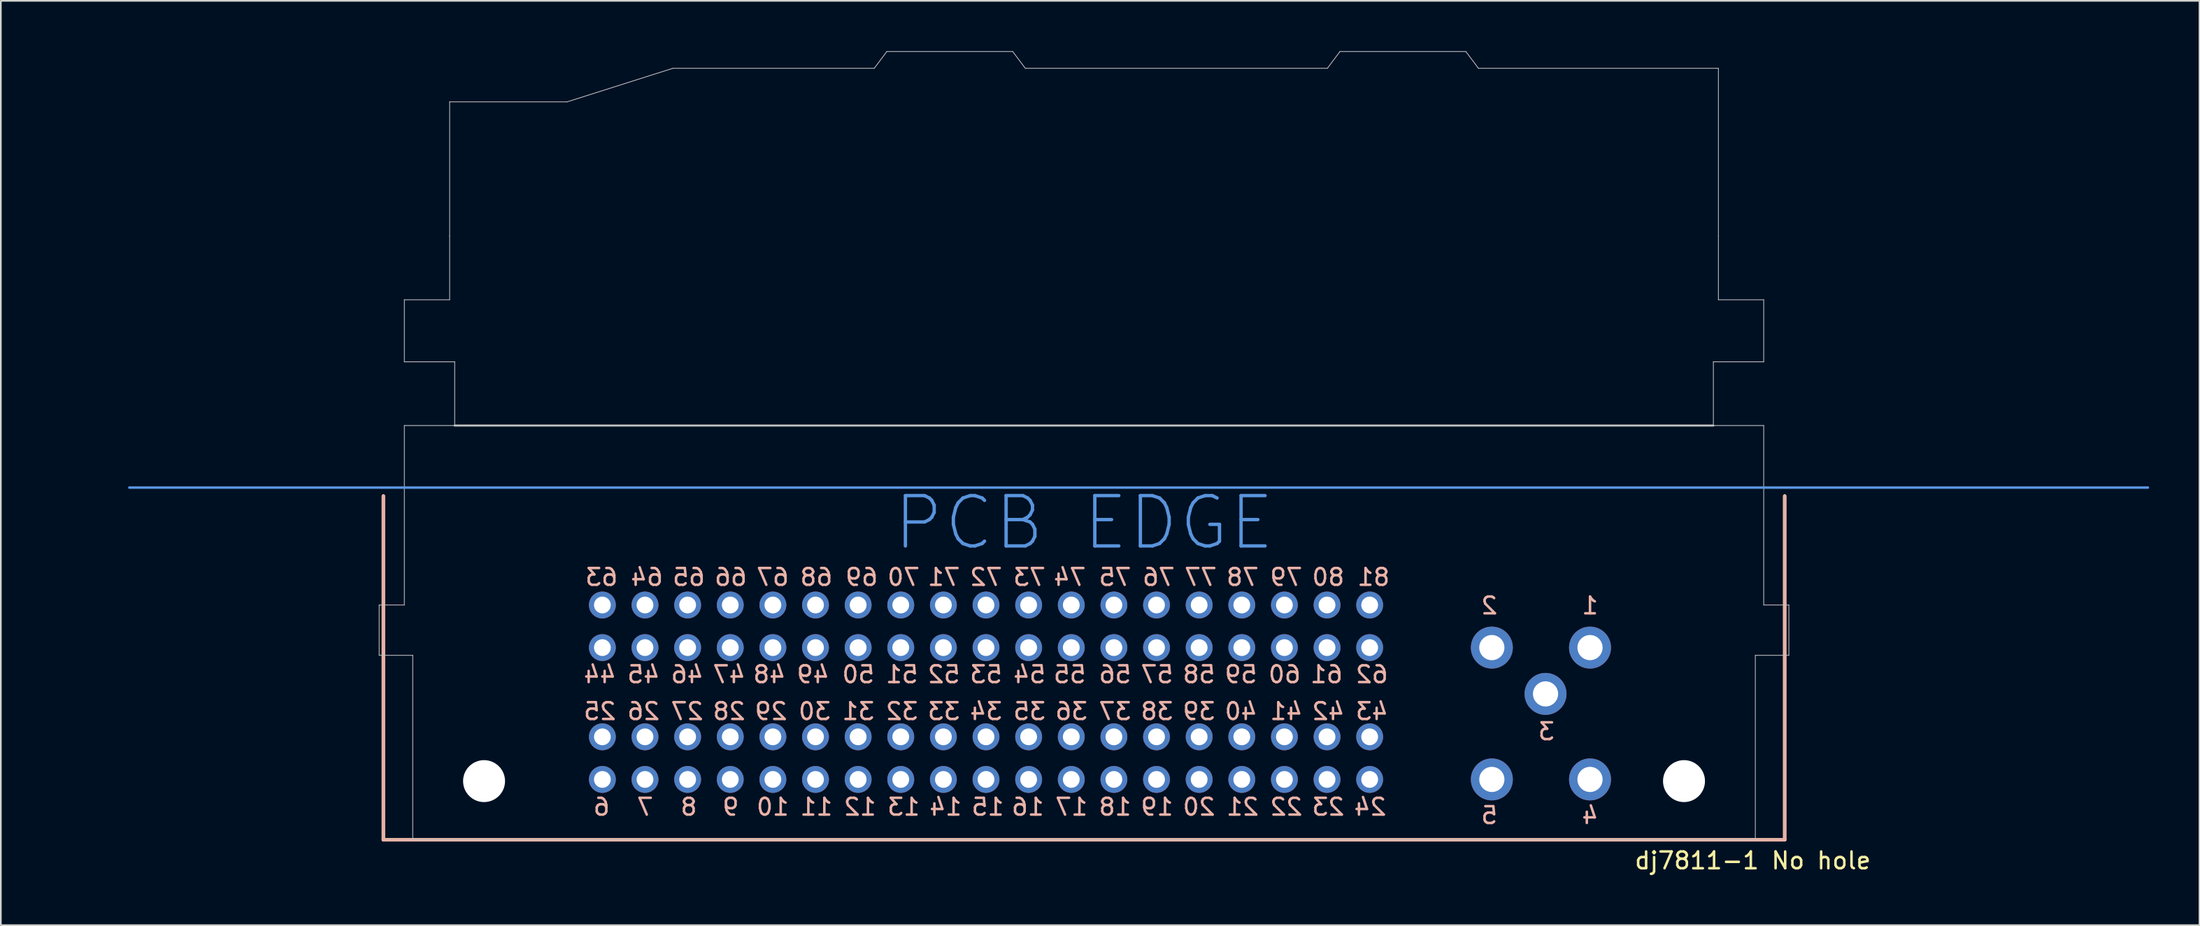
<source format=kicad_pcb>
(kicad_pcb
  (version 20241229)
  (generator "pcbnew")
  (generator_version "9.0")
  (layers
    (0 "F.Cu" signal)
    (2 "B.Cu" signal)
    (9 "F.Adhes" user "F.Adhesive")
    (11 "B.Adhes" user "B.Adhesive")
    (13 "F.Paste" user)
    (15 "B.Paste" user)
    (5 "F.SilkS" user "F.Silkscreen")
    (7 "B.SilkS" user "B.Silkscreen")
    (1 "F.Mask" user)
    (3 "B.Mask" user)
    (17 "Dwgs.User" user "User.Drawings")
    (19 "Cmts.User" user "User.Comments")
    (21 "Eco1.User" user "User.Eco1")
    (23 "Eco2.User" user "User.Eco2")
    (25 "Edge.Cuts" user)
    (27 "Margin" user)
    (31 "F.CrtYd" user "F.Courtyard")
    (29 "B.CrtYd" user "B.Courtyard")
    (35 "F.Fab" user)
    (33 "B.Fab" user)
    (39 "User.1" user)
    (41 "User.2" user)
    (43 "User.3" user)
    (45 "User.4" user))
  (footprint "dj7811-1 No hole"
    (layer "F.Cu")
    (at 91.793 35.562)
    (property "Reference" "dj7811-1 No hole" (at 9.6 12.7 0) (unlocked yes) (layer "F.SilkS") (effects (font (size 1 1) (thickness 0.15))))
    (attr through_hole)
    (fp_line (start -72 -9.04) (end -72 11.46) (stroke (width 0.2) (type solid)) (layer "F.SilkS"))
    (fp_line (start -72 11.46) (end 11.5 11.46) (stroke (width 0.2) (type solid)) (layer "F.SilkS"))
    (fp_line (start 11.5 11.46) (end 11.5 -9.04) (stroke (width 0.2) (type solid)) (layer "F.SilkS"))
    (fp_line (start -72 11.46) (end -72 -9.04) (stroke (width 0.2) (type solid)) (layer "B.SilkS"))
    (fp_line (start 11.5 -9.04) (end 11.5 11.46) (stroke (width 0.2) (type solid)) (layer "B.SilkS"))
    (fp_line (start 11.5 11.46) (end -72 11.46) (stroke (width 0.2) (type solid)) (layer "B.SilkS"))
    (fp_line (start -72.25 -2.54) (end -72.25 0.46) (stroke (width 0.045) (type solid)) (layer "Dwgs.User"))
    (fp_line (start -72.25 0.46) (end -70.25 0.46) (stroke (width 0.045) (type solid)) (layer "Dwgs.User"))
    (fp_line (start -70.75 -20.74) (end -70.75 -17.04) (stroke (width 0.045) (type solid)) (layer "Dwgs.User"))
    (fp_line (start -70.75 -17.04) (end -67.75 -17.04) (stroke (width 0.045) (type solid)) (layer "Dwgs.User"))
    (fp_line (start -70.75 -13.24) (end -70.75 -2.54) (stroke (width 0.045) (type solid)) (layer "Dwgs.User"))
    (fp_line (start -70.75 -13.24) (end -67.75 -13.24) (stroke (width 0.045) (type solid)) (layer "Dwgs.User"))
    (fp_line (start -70.75 -2.54) (end -72.25 -2.54) (stroke (width 0.045) (type solid)) (layer "Dwgs.User"))
    (fp_line (start -70.25 0.46) (end -70.25 11.46) (stroke (width 0.045) (type solid)) (layer "Dwgs.User"))
    (fp_line (start -70.25 11.46) (end 9.75 11.46) (stroke (width 0.045) (type solid)) (layer "Dwgs.User"))
    (fp_line (start -68.05 -24.54) (end -68.05 -32.54) (stroke (width 0.045) (type solid)) (layer "Dwgs.User"))
    (fp_line (start -68.05 -20.74) (end -70.75 -20.74) (stroke (width 0.045) (type solid)) (layer "Dwgs.User"))
    (fp_line (start -68.05 -20.74) (end -68.05 -24.54) (stroke (width 0.045) (type solid)) (layer "Dwgs.User"))
    (fp_line (start -67.75 -13.24) (end -67.75 -17.04) (stroke (width 0.045) (type solid)) (layer "Dwgs.User"))
    (fp_line (start -61.05 -32.54) (end -68.05 -32.54) (stroke (width 0.045) (type solid)) (layer "Dwgs.User"))
    (fp_line (start -54.75 -34.54) (end -61.05 -32.54) (stroke (width 0.045) (type solid)) (layer "Dwgs.User"))
    (fp_line (start -42.75 -34.54) (end -54.75 -34.54) (stroke (width 0.045) (type solid)) (layer "Dwgs.User"))
    (fp_line (start -42.75 -34.54) (end -42 -35.54) (stroke (width 0.045) (type solid)) (layer "Dwgs.User"))
    (fp_line (start -42 -35.54) (end -34.5 -35.54) (stroke (width 0.045) (type solid)) (layer "Dwgs.User"))
    (fp_line (start -34.5 -35.54) (end -33.75 -34.54) (stroke (width 0.045) (type solid)) (layer "Dwgs.User"))
    (fp_line (start -15.75 -34.54) (end -33.75 -34.54) (stroke (width 0.045) (type solid)) (layer "Dwgs.User"))
    (fp_line (start -15.75 -34.54) (end -15 -35.54) (stroke (width 0.045) (type solid)) (layer "Dwgs.User"))
    (fp_line (start -15 -35.54) (end -7.5 -35.54) (stroke (width 0.045) (type solid)) (layer "Dwgs.User"))
    (fp_line (start -7.5 -35.54) (end -6.75 -34.54) (stroke (width 0.045) (type solid)) (layer "Dwgs.User"))
    (fp_line (start 7.25 -17.04) (end 10.25 -17.04) (stroke (width 0.045) (type solid)) (layer "Dwgs.User"))
    (fp_line (start 7.25 -13.24) (end -67.75 -13.24) (stroke (width 0.12) (type solid)) (layer "Dwgs.User"))
    (fp_line (start 7.25 -13.24) (end 7.25 -17.04) (stroke (width 0.045) (type solid)) (layer "Dwgs.User"))
    (fp_line (start 7.25 -13.24) (end 10.25 -13.24) (stroke (width 0.045) (type solid)) (layer "Dwgs.User"))
    (fp_line (start 7.55 -34.54) (end -6.75 -34.54) (stroke (width 0.045) (type solid)) (layer "Dwgs.User"))
    (fp_line (start 7.55 -34.54) (end 7.55 -24.54) (stroke (width 0.045) (type solid)) (layer "Dwgs.User"))
    (fp_line (start 7.55 -20.74) (end 7.55 -24.54) (stroke (width 0.045) (type solid)) (layer "Dwgs.User"))
    (fp_line (start 7.55 -20.74) (end 10.25 -20.74) (stroke (width 0.045) (type solid)) (layer "Dwgs.User"))
    (fp_line (start 9.75 11.46) (end 9.75 0.46) (stroke (width 0.045) (type solid)) (layer "Dwgs.User"))
    (fp_line (start 10.25 -17.04) (end 10.25 -20.74) (stroke (width 0.045) (type solid)) (layer "Dwgs.User"))
    (fp_line (start 10.25 -13.24) (end 10.25 -2.54) (stroke (width 0.045) (type solid)) (layer "Dwgs.User"))
    (fp_line (start 10.25 -2.54) (end 11.75 -2.54) (stroke (width 0.045) (type solid)) (layer "Dwgs.User"))
    (fp_line (start 11.75 -2.54) (end 11.75 0.46) (stroke (width 0.045) (type solid)) (layer "Dwgs.User"))
    (fp_line (start 11.75 0.46) (end 9.75 0.46) (stroke (width 0.045) (type solid)) (layer "Dwgs.User"))
    (fp_line (start -87.134 -9.54) (end 33.142 -9.54) (stroke (width 0.15) (type solid)) (layer "Cmts.User"))
    (fp_text user "5" (at -6.1 10 0) (unlocked yes) (layer "B.SilkS") (effects (font (size 1 1) (thickness 0.15)) (justify mirror)))
    (fp_text user "3" (at -2.7 5 0) (unlocked yes) (layer "B.SilkS") (effects (font (size 1 1) (thickness 0.15)) (justify mirror)))
    (fp_text user "77" (at -23.3 -4.2 0) (unlocked yes) (layer "B.SilkS") (effects (font (size 1 1) (thickness 0.15)) (justify mirror)))
    (fp_text user "44" (at -59.1 1.6 0) (unlocked yes) (layer "B.SilkS") (effects (font (size 1 1) (thickness 0.15)) (justify mirror)))
    (fp_text user "46" (at -53.9 1.6 0) (unlocked yes) (layer "B.SilkS") (effects (font (size 1 1) (thickness 0.15)) (justify mirror)))
    (fp_text user "16" (at -33.6 9.5 0) (unlocked yes) (layer "B.SilkS") (effects (font (size 1 1) (thickness 0.15)) (justify mirror)))
    (fp_text user "70" (at -41 -4.2 0) (unlocked yes) (layer "B.SilkS") (effects (font (size 1 1) (thickness 0.15)) (justify mirror)))
    (fp_text user "64" (at -56.3 -4.2 0) (unlocked yes) (layer "B.SilkS") (effects (font (size 1 1) (thickness 0.15)) (justify mirror)))
    (fp_text user "47" (at -51.4 1.6 0) (unlocked yes) (layer "B.SilkS") (effects (font (size 1 1) (thickness 0.15)) (justify mirror)))
    (fp_text user "20" (at -23.4 9.5 0) (unlocked yes) (layer "B.SilkS") (effects (font (size 1 1) (thickness 0.15)) (justify mirror)))
    (fp_text user "67" (at -48.8 -4.2 0) (unlocked yes) (layer "B.SilkS") (effects (font (size 1 1) (thickness 0.15)) (justify mirror)))
    (fp_text user "39" (at -23.4 3.8 0) (unlocked yes) (layer "B.SilkS") (effects (font (size 1 1) (thickness 0.15)) (justify mirror)))
    (fp_text user "60" (at -18.3 1.6 0) (unlocked yes) (layer "B.SilkS") (effects (font (size 1 1) (thickness 0.15)) (justify mirror)))
    (fp_text user "30" (at -46.3 3.8 0) (unlocked yes) (layer "B.SilkS") (effects (font (size 1 1) (thickness 0.15)) (justify mirror)))
    (fp_text user "24" (at -13.2 9.5 0) (unlocked yes) (layer "B.SilkS") (effects (font (size 1 1) (thickness 0.15)) (justify mirror)))
    (fp_text user "25" (at -59.1 3.8 0) (unlocked yes) (layer "B.SilkS") (effects (font (size 1 1) (thickness 0.15)) (justify mirror)))
    (fp_text user "48" (at -49 1.6 0) (unlocked yes) (layer "B.SilkS") (effects (font (size 1 1) (thickness 0.15)) (justify mirror)))
    (fp_text user "22" (at -18.2 9.5 0) (unlocked yes) (layer "B.SilkS") (effects (font (size 1 1) (thickness 0.15)) (justify mirror)))
    (fp_text user "40" (at -20.9 3.8 0) (unlocked yes) (layer "B.SilkS") (effects (font (size 1 1) (thickness 0.15)) (justify mirror)))
    (fp_text user "37" (at -28.4 3.8 0) (unlocked yes) (layer "B.SilkS") (effects (font (size 1 1) (thickness 0.15)) (justify mirror)))
    (fp_text user "53" (at -36.086 1.6 0) (unlocked yes) (layer "B.SilkS") (effects (font (size 1 1) (thickness 0.15)) (justify mirror)))
    (fp_text user "21" (at -20.8 9.5 0) (unlocked yes) (layer "B.SilkS") (effects (font (size 1 1) (thickness 0.15)) (justify mirror)))
    (fp_text user "65" (at -53.8 -4.2 0) (unlocked yes) (layer "B.SilkS") (effects (font (size 1 1) (thickness 0.15)) (justify mirror)))
    (fp_text user "56" (at -28.4 1.6 0) (unlocked yes) (layer "B.SilkS") (effects (font (size 1 1) (thickness 0.15)) (justify mirror)))
    (fp_text user "12" (at -43.6 9.5 0) (unlocked yes) (layer "B.SilkS") (effects (font (size 1 1) (thickness 0.15)) (justify mirror)))
    (fp_text user "31" (at -43.7 3.8 0) (unlocked yes) (layer "B.SilkS") (effects (font (size 1 1) (thickness 0.15)) (justify mirror)))
    (fp_text user "10" (at -48.8 9.5 0) (unlocked yes) (layer "B.SilkS") (effects (font (size 1 1) (thickness 0.15)) (justify mirror)))
    (fp_text user "38" (at -25.9 3.8 0) (unlocked yes) (layer "B.SilkS") (effects (font (size 1 1) (thickness 0.15)) (justify mirror)))
    (fp_text user "15" (at -35.986 9.5 0) (unlocked yes) (layer "B.SilkS") (effects (font (size 1 1) (thickness 0.15)) (justify mirror)))
    (fp_text user "54" (at -33.5 1.6 0) (unlocked yes) (layer "B.SilkS") (effects (font (size 1 1) (thickness 0.15)) (justify mirror)))
    (fp_text user "62" (at -13.1 1.6 0) (unlocked yes) (layer "B.SilkS") (effects (font (size 1 1) (thickness 0.15)) (justify mirror)))
    (fp_text user "28" (at -51.4 3.8 0) (unlocked yes) (layer "B.SilkS") (effects (font (size 1 1) (thickness 0.15)) (justify mirror)))
    (fp_text user "35" (at -33.5 3.8 0) (unlocked yes) (layer "B.SilkS") (effects (font (size 1 1) (thickness 0.15)) (justify mirror)))
    (fp_text user "52" (at -38.6 1.6 0) (unlocked yes) (layer "B.SilkS") (effects (font (size 1 1) (thickness 0.15)) (justify mirror)))
    (fp_text user "81" (at -13 -4.2 0) (unlocked yes) (layer "B.SilkS") (effects (font (size 1 1) (thickness 0.15)) (justify mirror)))
    (fp_text user "42" (at -15.7 3.8 0) (unlocked yes) (layer "B.SilkS") (effects (font (size 1 1) (thickness 0.15)) (justify mirror)))
    (fp_text user "61" (at -15.8 1.6 0) (unlocked yes) (layer "B.SilkS") (effects (font (size 1 1) (thickness 0.15)) (justify mirror)))
    (fp_text user "79" (at -18.2 -4.2 0) (unlocked yes) (layer "B.SilkS") (effects (font (size 1 1) (thickness 0.15)) (justify mirror)))
    (fp_text user "27" (at -53.9 3.8 0) (unlocked yes) (layer "B.SilkS") (effects (font (size 1 1) (thickness 0.15)) (justify mirror)))
    (fp_text user "75" (at -28.4 -4.2 0) (unlocked yes) (layer "B.SilkS") (effects (font (size 1 1) (thickness 0.15)) (justify mirror)))
    (fp_text user "57" (at -25.9 1.6 0) (unlocked yes) (layer "B.SilkS") (effects (font (size 1 1) (thickness 0.15)) (justify mirror)))
    (fp_text user "49" (at -46.4 1.6 0) (unlocked yes) (layer "B.SilkS") (effects (font (size 1 1) (thickness 0.15)) (justify mirror)))
    (fp_text user "23" (at -15.7 9.5 0) (unlocked yes) (layer "B.SilkS") (effects (font (size 1 1) (thickness 0.15)) (justify mirror)))
    (fp_text user "13" (at -41 9.5 0) (unlocked yes) (layer "B.SilkS") (effects (font (size 1 1) (thickness 0.15)) (justify mirror)))
    (fp_text user "11" (at -46.2 9.5 0) (unlocked yes) (layer "B.SilkS") (effects (font (size 1 1) (thickness 0.15)) (justify mirror)))
    (fp_text user "18" (at -28.4 9.5 0) (unlocked yes) (layer "B.SilkS") (effects (font (size 1 1) (thickness 0.15)) (justify mirror)))
    (fp_text user "4" (at -0.1 10 0) (unlocked yes) (layer "B.SilkS") (effects (font (size 1 1) (thickness 0.15)) (justify mirror)))
    (fp_text user "50" (at -43.7 1.6 0) (unlocked yes) (layer "B.SilkS") (effects (font (size 1 1) (thickness 0.15)) (justify mirror)))
    (fp_text user "29" (at -48.9 3.8 0) (unlocked yes) (layer "B.SilkS") (effects (font (size 1 1) (thickness 0.15)) (justify mirror)))
    (fp_text user "17" (at -31 9.5 0) (unlocked yes) (layer "B.SilkS") (effects (font (size 1 1) (thickness 0.15)) (justify mirror)))
    (fp_text user "6" (at -59 9.5 0) (unlocked yes) (layer "B.SilkS") (effects (font (size 1 1) (thickness 0.15)) (justify mirror)))
    (fp_text user "73" (at -33.5 -4.2 0) (unlocked yes) (layer "B.SilkS") (effects (font (size 1 1) (thickness 0.15)) (justify mirror)))
    (fp_text user "32" (at -41.1 3.8 0) (unlocked yes) (layer "B.SilkS") (effects (font (size 1 1) (thickness 0.15)) (justify mirror)))
    (fp_text user "74" (at -31.1 -4.2 0) (unlocked yes) (layer "B.SilkS") (effects (font (size 1 1) (thickness 0.15)) (justify mirror)))
    (fp_text user "59" (at -20.9 1.6 0) (unlocked yes) (layer "B.SilkS") (effects (font (size 1 1) (thickness 0.15)) (justify mirror)))
    (fp_text user "71" (at -38.6 -4.2 0) (unlocked yes) (layer "B.SilkS") (effects (font (size 1 1) (thickness 0.15)) (justify mirror)))
    (fp_text user "19" (at -25.9 9.5 0) (unlocked yes) (layer "B.SilkS") (effects (font (size 1 1) (thickness 0.15)) (justify mirror)))
    (fp_text user "9" (at -51.3 9.5 0) (unlocked yes) (layer "B.SilkS") (effects (font (size 1 1) (thickness 0.15)) (justify mirror)))
    (fp_text user "76" (at -25.8 -4.2 0) (unlocked yes) (layer "B.SilkS") (effects (font (size 1 1) (thickness 0.15)) (justify mirror)))
    (fp_text user "8" (at -53.8 9.5 0) (unlocked yes) (layer "B.SilkS") (effects (font (size 1 1) (thickness 0.15)) (justify mirror)))
    (fp_text user "1" (at -0.1 -2.5 0) (unlocked yes) (layer "B.SilkS") (effects (font (size 1 1) (thickness 0.15)) (justify mirror)))
    (fp_text user "80" (at -15.7 -4.2 0) (unlocked yes) (layer "B.SilkS") (effects (font (size 1 1) (thickness 0.15)) (justify mirror)))
    (fp_text user "14" (at -38.5 9.5 0) (unlocked yes) (layer "B.SilkS") (effects (font (size 1 1) (thickness 0.15)) (justify mirror)))
    (fp_text user "36" (at -31 3.8 0) (unlocked yes) (layer "B.SilkS") (effects (font (size 1 1) (thickness 0.15)) (justify mirror)))
    (fp_text user "33" (at -38.6 3.8 0) (unlocked yes) (layer "B.SilkS") (effects (font (size 1 1) (thickness 0.15)) (justify mirror)))
    (fp_text user "66" (at -51.3 -4.2 0) (unlocked yes) (layer "B.SilkS") (effects (font (size 1 1) (thickness 0.15)) (justify mirror)))
    (fp_text user "43" (at -13.1 3.8 0) (unlocked yes) (layer "B.SilkS") (effects (font (size 1 1) (thickness 0.15)) (justify mirror)))
    (fp_text user "58" (at -23.4 1.6 0) (unlocked yes) (layer "B.SilkS") (effects (font (size 1 1) (thickness 0.15)) (justify mirror)))
    (fp_text user "26" (at -56.5 3.8 0) (unlocked yes) (layer "B.SilkS") (effects (font (size 1 1) (thickness 0.15)) (justify mirror)))
    (fp_text user "78" (at -20.8 -4.2 0) (unlocked yes) (layer "B.SilkS") (effects (font (size 1 1) (thickness 0.15)) (justify mirror)))
    (fp_text user "51" (at -41.1 1.6 0) (unlocked yes) (layer "B.SilkS") (effects (font (size 1 1) (thickness 0.15)) (justify mirror)))
    (fp_text user "72" (at -36.086 -4.2 0) (unlocked yes) (layer "B.SilkS") (effects (font (size 1 1) (thickness 0.15)) (justify mirror)))
    (fp_text user "63" (at -59 -4.2 0) (unlocked yes) (layer "B.SilkS") (effects (font (size 1 1) (thickness 0.15)) (justify mirror)))
    (fp_text user "69" (at -43.5 -4.2 0) (unlocked yes) (layer "B.SilkS") (effects (font (size 1 1) (thickness 0.15)) (justify mirror)))
    (fp_text user "34" (at -36.086 3.8 0) (unlocked yes) (layer "B.SilkS") (effects (font (size 1 1) (thickness 0.15)) (justify mirror)))
    (fp_text user "7" (at -56.4 9.5 0) (unlocked yes) (layer "B.SilkS") (effects (font (size 1 1) (thickness 0.15)) (justify mirror)))
    (fp_text user "45" (at -56.5 1.6 0) (unlocked yes) (layer "B.SilkS") (effects (font (size 1 1) (thickness 0.15)) (justify mirror)))
    (fp_text user "68" (at -46.2 -4.2 0) (unlocked yes) (layer "B.SilkS") (effects (font (size 1 1) (thickness 0.15)) (justify mirror)))
    (fp_text user "2" (at -6.1 -2.5 0) (unlocked yes) (layer "B.SilkS") (effects (font (size 1 1) (thickness 0.15)) (justify mirror)))
    (fp_text user "41" (at -18.2 3.8 0) (unlocked yes) (layer "B.SilkS") (effects (font (size 1 1) (thickness 0.15)) (justify mirror)))
    (fp_text user "55" (at -31.1 1.6 0) (unlocked yes) (layer "B.SilkS") (effects (font (size 1 1) (thickness 0.15)) (justify mirror)))
    (fp_text user "А" (at -91.793 -11.623 180) (layer "Dwgs.User") (effects (font (size 0.001 0.001) (thickness 0.013)) (justify left top)))
    (fp_text user "2 группы" (at -91.793 -15.691 180) (layer "Dwgs.User") (effects (font (size 0.001 0.001) (thickness 0.013)) (justify left top)))
    (fp_text user "Б" (at 18.486 -15.373 180) (layer "Dwgs.User") (effects (font (size 0.001 0.001) (thickness 0.013)) (justify left top)))
    (fp_text user "PCB EDGE" (at -30.25 -7.44 0) (unlocked yes) (layer "Cmts.User") (effects (font (size 3 3) (thickness 0.2))))
    (pad "" np_thru_hole circle (at -66 7.96 180) (size 2.5 2.5) (drill 2.5) (layers "*.Cu" "*.Mask"))
    (pad "" np_thru_hole circle (at 5.5 7.96 180) (size 2.5 2.5) (drill 2.5) (layers "*.Cu" "*.Mask"))
    (pad "1" thru_hole circle (at -0.1 0 180) (size 2.5 2.5) (drill 1.5) (layers "*.Cu" "*.Mask"))
    (pad "2" thru_hole circle (at -5.95 0 180) (size 2.5 2.5) (drill 1.5) (layers "*.Cu" "*.Mask"))
    (pad "3" thru_hole circle (at -2.75 2.76 180) (size 2.5 2.5) (drill 1.5) (layers "*.Cu" "*.Mask"))
    (pad "4" thru_hole circle (at -0.1 7.86 180) (size 2.5 2.5) (drill 1.5) (layers "*.Cu" "*.Mask"))
    (pad "5" thru_hole circle (at -5.95 7.86 180) (size 2.5 2.5) (drill 1.5) (layers "*.Cu" "*.Mask"))
    (pad "6" thru_hole circle (at -58.95 7.86 180) (size 1.6 1.6) (drill 1) (layers "*.Cu" "*.Mask"))
    (pad "7" thru_hole circle (at -56.41 7.86 180) (size 1.6 1.6) (drill 1) (layers "*.Cu" "*.Mask"))
    (pad "8" thru_hole circle (at -53.87 7.86 180) (size 1.6 1.6) (drill 1) (layers "*.Cu" "*.Mask"))
    (pad "9" thru_hole circle (at -51.33 7.86 180) (size 1.6 1.6) (drill 1) (layers "*.Cu" "*.Mask"))
    (pad "10" thru_hole circle (at -48.79 7.86 180) (size 1.6 1.6) (drill 1) (layers "*.Cu" "*.Mask"))
    (pad "11" thru_hole circle (at -46.25 7.86 180) (size 1.6 1.6) (drill 1) (layers "*.Cu" "*.Mask"))
    (pad "12" thru_hole circle (at -43.71 7.86 180) (size 1.6 1.6) (drill 1) (layers "*.Cu" "*.Mask"))
    (pad "13" thru_hole circle (at -41.17 7.86 180) (size 1.6 1.6) (drill 1) (layers "*.Cu" "*.Mask"))
    (pad "14" thru_hole circle (at -38.63 7.86 180) (size 1.6 1.6) (drill 1) (layers "*.Cu" "*.Mask"))
    (pad "15" thru_hole circle (at -36.09 7.86 180) (size 1.6 1.6) (drill 1) (layers "*.Cu" "*.Mask"))
    (pad "16" thru_hole circle (at -33.55 7.86 180) (size 1.6 1.6) (drill 1) (layers "*.Cu" "*.Mask"))
    (pad "17" thru_hole circle (at -31.01 7.86 180) (size 1.6 1.6) (drill 1) (layers "*.Cu" "*.Mask"))
    (pad "18" thru_hole circle (at -28.47 7.86 180) (size 1.6 1.6) (drill 1) (layers "*.Cu" "*.Mask"))
    (pad "19" thru_hole circle (at -25.93 7.86 180) (size 1.6 1.6) (drill 1) (layers "*.Cu" "*.Mask"))
    (pad "20" thru_hole circle (at -23.39 7.86 180) (size 1.6 1.6) (drill 1) (layers "*.Cu" "*.Mask"))
    (pad "21" thru_hole circle (at -20.85 7.86 180) (size 1.6 1.6) (drill 1) (layers "*.Cu" "*.Mask"))
    (pad "22" thru_hole circle (at -18.31 7.86 180) (size 1.6 1.6) (drill 1) (layers "*.Cu" "*.Mask"))
    (pad "23" thru_hole circle (at -15.77 7.86 180) (size 1.6 1.6) (drill 1) (layers "*.Cu" "*.Mask"))
    (pad "24" thru_hole circle (at -13.23 7.86 180) (size 1.6 1.6) (drill 1) (layers "*.Cu" "*.Mask"))
    (pad "25" thru_hole circle (at -58.95 5.32 180) (size 1.6 1.6) (drill 1) (layers "*.Cu" "*.Mask"))
    (pad "26" thru_hole circle (at -56.41 5.32 180) (size 1.6 1.6) (drill 1) (layers "*.Cu" "*.Mask"))
    (pad "27" thru_hole circle (at -53.87 5.32 180) (size 1.6 1.6) (drill 1) (layers "*.Cu" "*.Mask"))
    (pad "28" thru_hole circle (at -51.33 5.32 180) (size 1.6 1.6) (drill 1) (layers "*.Cu" "*.Mask"))
    (pad "29" thru_hole circle (at -48.79 5.32 180) (size 1.6 1.6) (drill 1) (layers "*.Cu" "*.Mask"))
    (pad "30" thru_hole circle (at -46.25 5.32 180) (size 1.6 1.6) (drill 1) (layers "*.Cu" "*.Mask"))
    (pad "31" thru_hole circle (at -43.71 5.32 180) (size 1.6 1.6) (drill 1) (layers "*.Cu" "*.Mask"))
    (pad "32" thru_hole circle (at -41.17 5.32 180) (size 1.6 1.6) (drill 1) (layers "*.Cu" "*.Mask"))
    (pad "33" thru_hole circle (at -38.63 5.32 180) (size 1.6 1.6) (drill 1) (layers "*.Cu" "*.Mask"))
    (pad "34" thru_hole circle (at -36.09 5.32 180) (size 1.6 1.6) (drill 1) (layers "*.Cu" "*.Mask"))
    (pad "35" thru_hole circle (at -33.55 5.32 180) (size 1.6 1.6) (drill 1) (layers "*.Cu" "*.Mask"))
    (pad "36" thru_hole circle (at -31.01 5.32 180) (size 1.6 1.6) (drill 1) (layers "*.Cu" "*.Mask"))
    (pad "37" thru_hole circle (at -28.47 5.32 180) (size 1.6 1.6) (drill 1) (layers "*.Cu" "*.Mask"))
    (pad "38" thru_hole circle (at -25.93 5.32 180) (size 1.6 1.6) (drill 1) (layers "*.Cu" "*.Mask"))
    (pad "39" thru_hole circle (at -23.39 5.32 180) (size 1.6 1.6) (drill 1) (layers "*.Cu" "*.Mask"))
    (pad "40" thru_hole circle (at -20.85 5.32 180) (size 1.6 1.6) (drill 1) (layers "*.Cu" "*.Mask"))
    (pad "41" thru_hole circle (at -18.31 5.32 180) (size 1.6 1.6) (drill 1) (layers "*.Cu" "*.Mask"))
    (pad "42" thru_hole circle (at -15.77 5.32 180) (size 1.6 1.6) (drill 1) (layers "*.Cu" "*.Mask"))
    (pad "43" thru_hole circle (at -13.23 5.32 180) (size 1.6 1.6) (drill 1) (layers "*.Cu" "*.Mask"))
    (pad "44" thru_hole circle (at -58.95 0 180) (size 1.6 1.6) (drill 1) (layers "*.Cu" "*.Mask"))
    (pad "45" thru_hole circle (at -56.41 0 180) (size 1.6 1.6) (drill 1) (layers "*.Cu" "*.Mask"))
    (pad "46" thru_hole circle (at -53.87 0 180) (size 1.6 1.6) (drill 1) (layers "*.Cu" "*.Mask"))
    (pad "47" thru_hole circle (at -51.33 0 180) (size 1.6 1.6) (drill 1) (layers "*.Cu" "*.Mask"))
    (pad "48" thru_hole circle (at -48.79 0 180) (size 1.6 1.6) (drill 1) (layers "*.Cu" "*.Mask"))
    (pad "49" thru_hole circle (at -46.25 0 180) (size 1.6 1.6) (drill 1) (layers "*.Cu" "*.Mask"))
    (pad "50" thru_hole circle (at -43.71 0 180) (size 1.6 1.6) (drill 1) (layers "*.Cu" "*.Mask"))
    (pad "51" thru_hole circle (at -41.17 0 180) (size 1.6 1.6) (drill 1) (layers "*.Cu" "*.Mask"))
    (pad "52" thru_hole circle (at -38.63 0 180) (size 1.6 1.6) (drill 1) (layers "*.Cu" "*.Mask"))
    (pad "53" thru_hole circle (at -36.09 0 180) (size 1.6 1.6) (drill 1) (layers "*.Cu" "*.Mask"))
    (pad "54" thru_hole circle (at -33.55 0 180) (size 1.6 1.6) (drill 1) (layers "*.Cu" "*.Mask"))
    (pad "55" thru_hole circle (at -31.01 0 180) (size 1.6 1.6) (drill 1) (layers "*.Cu" "*.Mask"))
    (pad "56" thru_hole circle (at -28.47 0 180) (size 1.6 1.6) (drill 1) (layers "*.Cu" "*.Mask"))
    (pad "57" thru_hole circle (at -25.93 0 180) (size 1.6 1.6) (drill 1) (layers "*.Cu" "*.Mask"))
    (pad "58" thru_hole circle (at -23.39 0 180) (size 1.6 1.6) (drill 1) (layers "*.Cu" "*.Mask"))
    (pad "59" thru_hole circle (at -20.85 0 180) (size 1.6 1.6) (drill 1) (layers "*.Cu" "*.Mask"))
    (pad "60" thru_hole circle (at -18.31 0 180) (size 1.6 1.6) (drill 1) (layers "*.Cu" "*.Mask"))
    (pad "61" thru_hole circle (at -15.77 0 180) (size 1.6 1.6) (drill 1) (layers "*.Cu" "*.Mask"))
    (pad "62" thru_hole circle (at -13.23 0 180) (size 1.6 1.6) (drill 1) (layers "*.Cu" "*.Mask"))
    (pad "63" thru_hole circle (at -58.95 -2.54 180) (size 1.6 1.6) (drill 1) (layers "*.Cu" "*.Mask"))
    (pad "64" thru_hole circle (at -56.41 -2.54 180) (size 1.6 1.6) (drill 1) (layers "*.Cu" "*.Mask"))
    (pad "65" thru_hole circle (at -53.87 -2.54 180) (size 1.6 1.6) (drill 1) (layers "*.Cu" "*.Mask"))
    (pad "66" thru_hole circle (at -51.33 -2.54 180) (size 1.6 1.6) (drill 1) (layers "*.Cu" "*.Mask"))
    (pad "67" thru_hole circle (at -48.79 -2.54 180) (size 1.6 1.6) (drill 1) (layers "*.Cu" "*.Mask"))
    (pad "68" thru_hole circle (at -46.25 -2.54 180) (size 1.6 1.6) (drill 1) (layers "*.Cu" "*.Mask"))
    (pad "69" thru_hole circle (at -43.71 -2.54 180) (size 1.6 1.6) (drill 1) (layers "*.Cu" "*.Mask"))
    (pad "70" thru_hole circle (at -41.17 -2.54 180) (size 1.6 1.6) (drill 1) (layers "*.Cu" "*.Mask"))
    (pad "71" thru_hole circle (at -38.63 -2.54 180) (size 1.6 1.6) (drill 1) (layers "*.Cu" "*.Mask"))
    (pad "72" thru_hole circle (at -36.09 -2.54 180) (size 1.6 1.6) (drill 1) (layers "*.Cu" "*.Mask"))
    (pad "73" thru_hole circle (at -33.55 -2.54 180) (size 1.6 1.6) (drill 1) (layers "*.Cu" "*.Mask"))
    (pad "74" thru_hole circle (at -31.01 -2.54 180) (size 1.6 1.6) (drill 1) (layers "*.Cu" "*.Mask"))
    (pad "75" thru_hole circle (at -28.47 -2.54 180) (size 1.6 1.6) (drill 1) (layers "*.Cu" "*.Mask"))
    (pad "76" thru_hole circle (at -25.93 -2.54 180) (size 1.6 1.6) (drill 1) (layers "*.Cu" "*.Mask"))
    (pad "77" thru_hole circle (at -23.39 -2.54 180) (size 1.6 1.6) (drill 1) (layers "*.Cu" "*.Mask"))
    (pad "78" thru_hole circle (at -20.85 -2.54 180) (size 1.6 1.6) (drill 1) (layers "*.Cu" "*.Mask"))
    (pad "79" thru_hole circle (at -18.31 -2.54 180) (size 1.6 1.6) (drill 1) (layers "*.Cu" "*.Mask"))
    (pad "80" thru_hole circle (at -15.77 -2.54 180) (size 1.6 1.6) (drill 1) (layers "*.Cu" "*.Mask"))
    (pad "81" thru_hole circle (at -13.23 -2.54 180) (size 1.6 1.6) (drill 1) (layers "*.Cu" "*.Mask")))
  (gr_rect
    (start -3 -3)
    (end 128.01 52.111)
    (stroke (width 0.1) (type default))
    (fill no)
    (layer "Edge.Cuts")))
</source>
